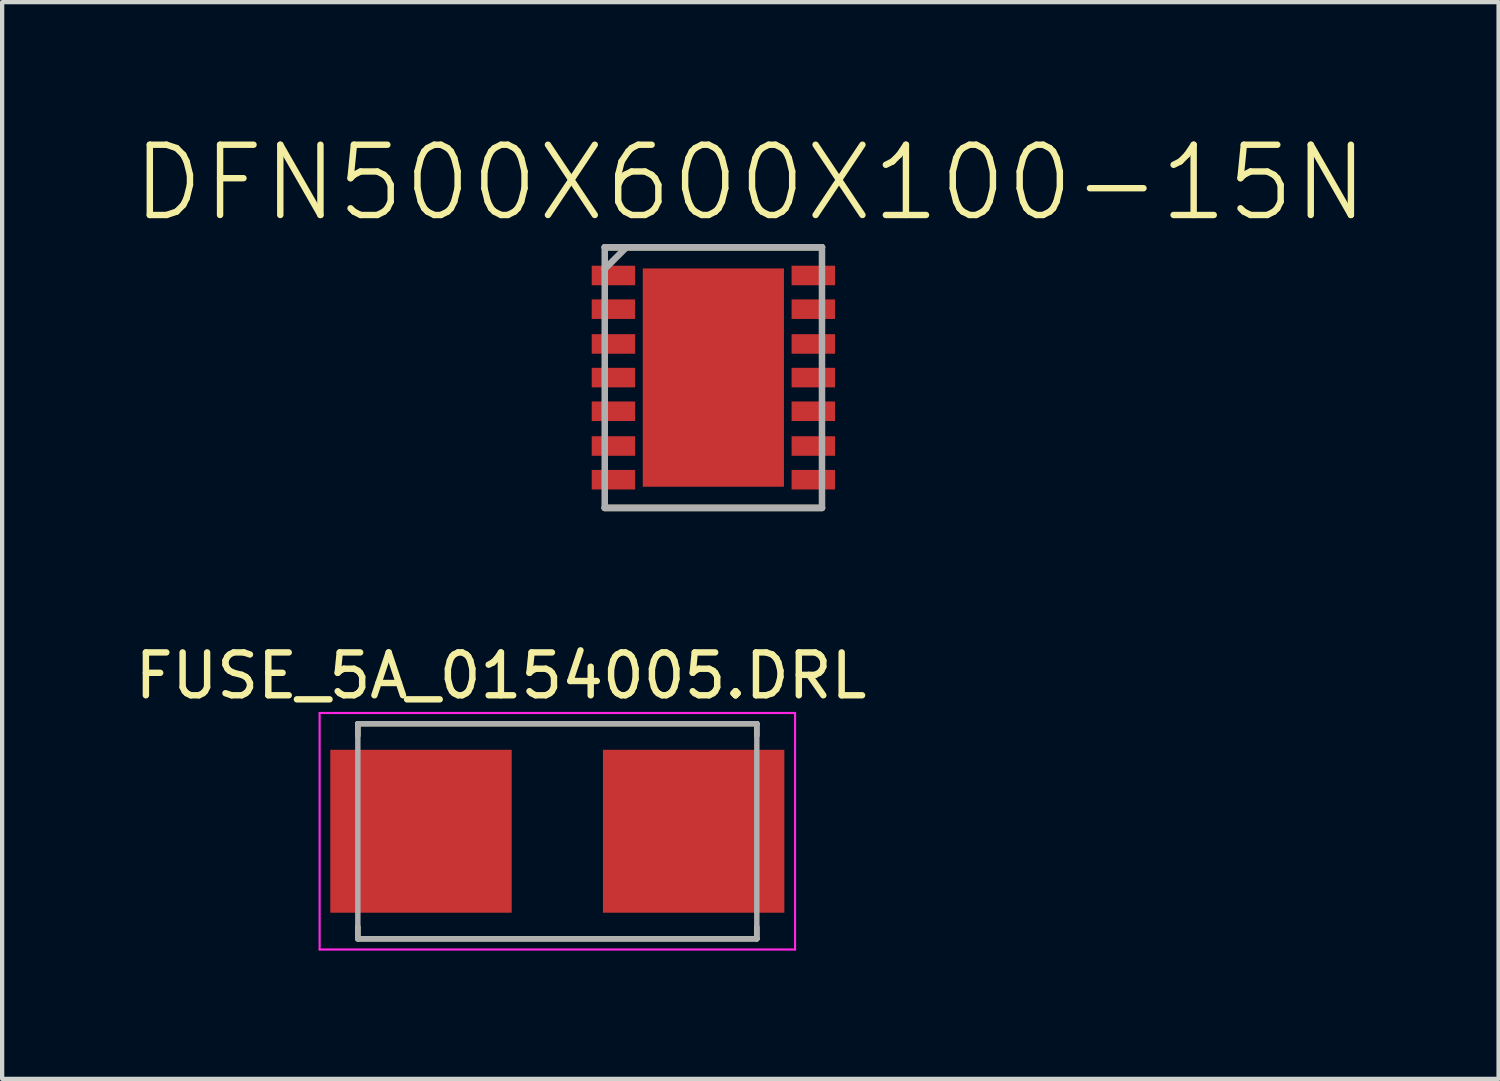
<source format=kicad_pcb>
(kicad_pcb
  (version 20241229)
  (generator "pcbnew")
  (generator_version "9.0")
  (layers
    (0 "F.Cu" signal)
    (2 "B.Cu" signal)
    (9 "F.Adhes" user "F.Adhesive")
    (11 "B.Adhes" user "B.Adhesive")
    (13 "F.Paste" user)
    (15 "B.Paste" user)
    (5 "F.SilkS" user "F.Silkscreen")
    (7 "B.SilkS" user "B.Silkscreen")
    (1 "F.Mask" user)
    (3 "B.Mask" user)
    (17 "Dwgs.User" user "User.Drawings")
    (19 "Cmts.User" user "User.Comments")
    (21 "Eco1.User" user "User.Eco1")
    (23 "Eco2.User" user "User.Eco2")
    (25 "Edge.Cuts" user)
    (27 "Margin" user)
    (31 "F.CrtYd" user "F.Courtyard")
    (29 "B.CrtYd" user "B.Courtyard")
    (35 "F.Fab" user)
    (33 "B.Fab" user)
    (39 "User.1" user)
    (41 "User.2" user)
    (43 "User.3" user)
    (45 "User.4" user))
  (footprint "DFN500X600X100-15N"
    (layer "F.Cu")
    (at 13.632 5.78)
    (property "Reference" "DFN500X600X100-15N" (at 0.865 -4.555 0) (layer "F.SilkS") (effects (font (size 1.643 1.643) (thickness 0.15))))
    (attr smd)
    (fp_line (start -2.54 3.048) (end 2.54 3.048) (stroke (width 0.152) (type solid)) (layer "F.SilkS"))
    (fp_line (start 2.54 -3.048) (end -2.54 -3.048) (stroke (width 0.152) (type solid)) (layer "F.SilkS"))
    (fp_line (start -2.54 -3.048) (end -2.54 3.048) (stroke (width 0.152) (type solid)) (layer "F.Fab"))
    (fp_line (start -2.54 3.048) (end 2.54 3.048) (stroke (width 0.152) (type solid)) (layer "F.Fab"))
    (fp_line (start -2.032 -3.048) (end -2.54 -2.54) (stroke (width 0.152) (type solid)) (layer "F.Fab"))
    (fp_line (start 2.54 -3.048) (end -2.54 -3.048) (stroke (width 0.152) (type solid)) (layer "F.Fab"))
    (fp_line (start 2.54 3.048) (end 2.54 -3.048) (stroke (width 0.152) (type solid)) (layer "F.Fab"))
    (pad "1" smd rect (at -2.337 -2.388) (size 1.016 0.457) (layers "F.Cu" "F.Mask" "F.Paste"))
    (pad "2" smd rect (at -2.337 -1.6) (size 1.016 0.457) (layers "F.Cu" "F.Mask" "F.Paste"))
    (pad "3" smd rect (at -2.337 -0.787) (size 1.016 0.457) (layers "F.Cu" "F.Mask" "F.Paste"))
    (pad "4" smd rect (at -2.337 0) (size 1.016 0.457) (layers "F.Cu" "F.Mask" "F.Paste"))
    (pad "5" smd rect (at -2.337 0.787) (size 1.016 0.457) (layers "F.Cu" "F.Mask" "F.Paste"))
    (pad "6" smd rect (at -2.337 1.6) (size 1.016 0.457) (layers "F.Cu" "F.Mask" "F.Paste"))
    (pad "7" smd rect (at -2.337 2.388) (size 1.016 0.457) (layers "F.Cu" "F.Mask" "F.Paste"))
    (pad "8" smd rect (at 2.337 2.388) (size 1.016 0.457) (layers "F.Cu" "F.Mask" "F.Paste"))
    (pad "9" smd rect (at 2.337 1.6) (size 1.016 0.457) (layers "F.Cu" "F.Mask" "F.Paste"))
    (pad "10" smd rect (at 2.337 0.787) (size 1.016 0.457) (layers "F.Cu" "F.Mask" "F.Paste"))
    (pad "11" smd rect (at 2.337 0) (size 1.016 0.457) (layers "F.Cu" "F.Mask" "F.Paste"))
    (pad "12" smd rect (at 2.337 -0.787) (size 1.016 0.457) (layers "F.Cu" "F.Mask" "F.Paste"))
    (pad "13" smd rect (at 2.337 -1.6) (size 1.016 0.457) (layers "F.Cu" "F.Mask" "F.Paste"))
    (pad "14" smd rect (at 2.337 -2.388) (size 1.016 0.457) (layers "F.Cu" "F.Mask" "F.Paste"))
    (pad "15" smd rect (at 0 0) (size 3.302 5.105) (layers "F.Cu" "F.Mask" "F.Paste")))
  (footprint "FUSE_5A_0154005.DRL"
    (layer "F.Cu")
    (at 9.983 16.389)
    (property "Reference" "FUSE_5A_0154005.DRL" (at -1.319 -3.636 0) (layer "F.SilkS") (effects (font (size 1.002 1.002) (thickness 0.15))))
    (attr smd)
    (fp_line (start -4.665 -2.515) (end -4.665 -2.235) (stroke (width 0.127) (type solid)) (layer "F.SilkS"))
    (fp_line (start -4.665 -2.515) (end 4.665 -2.515) (stroke (width 0.127) (type solid)) (layer "F.SilkS"))
    (fp_line (start -4.665 2.515) (end -4.665 2.235) (stroke (width 0.127) (type solid)) (layer "F.SilkS"))
    (fp_line (start 4.665 -2.515) (end 4.665 -2.235) (stroke (width 0.127) (type solid)) (layer "F.SilkS"))
    (fp_line (start 4.665 2.515) (end -4.665 2.515) (stroke (width 0.127) (type solid)) (layer "F.SilkS"))
    (fp_line (start 4.665 2.515) (end 4.665 2.235) (stroke (width 0.127) (type solid)) (layer "F.SilkS"))
    (fp_line (start -5.559 -2.765) (end 5.559 -2.765) (stroke (width 0.05) (type solid)) (layer "F.CrtYd"))
    (fp_line (start -5.559 2.765) (end -5.559 -2.765) (stroke (width 0.05) (type solid)) (layer "F.CrtYd"))
    (fp_line (start 5.559 -2.765) (end 5.559 2.765) (stroke (width 0.05) (type solid)) (layer "F.CrtYd"))
    (fp_line (start 5.559 2.765) (end -5.559 2.765) (stroke (width 0.05) (type solid)) (layer "F.CrtYd"))
    (fp_line (start -4.665 -2.515) (end 4.665 -2.515) (stroke (width 0.127) (type solid)) (layer "F.Fab"))
    (fp_line (start -4.665 2.515) (end -4.665 -2.515) (stroke (width 0.127) (type solid)) (layer "F.Fab"))
    (fp_line (start 4.665 -2.515) (end 4.665 2.515) (stroke (width 0.127) (type solid)) (layer "F.Fab"))
    (fp_line (start 4.665 2.515) (end -4.665 2.515) (stroke (width 0.127) (type solid)) (layer "F.Fab"))
    (pad "1" smd rect (at -3.188 0) (size 4.242 3.81) (layers "F.Cu" "F.Mask" "F.Paste"))
    (pad "2" smd rect (at 3.188 0) (size 4.242 3.81) (layers "F.Cu" "F.Mask" "F.Paste")))
  (gr_rect
    (start -3 -3)
    (end 31.994 22.179)
    (stroke (width 0.1) (type default))
    (fill no)
    (layer "Edge.Cuts")))
</source>
